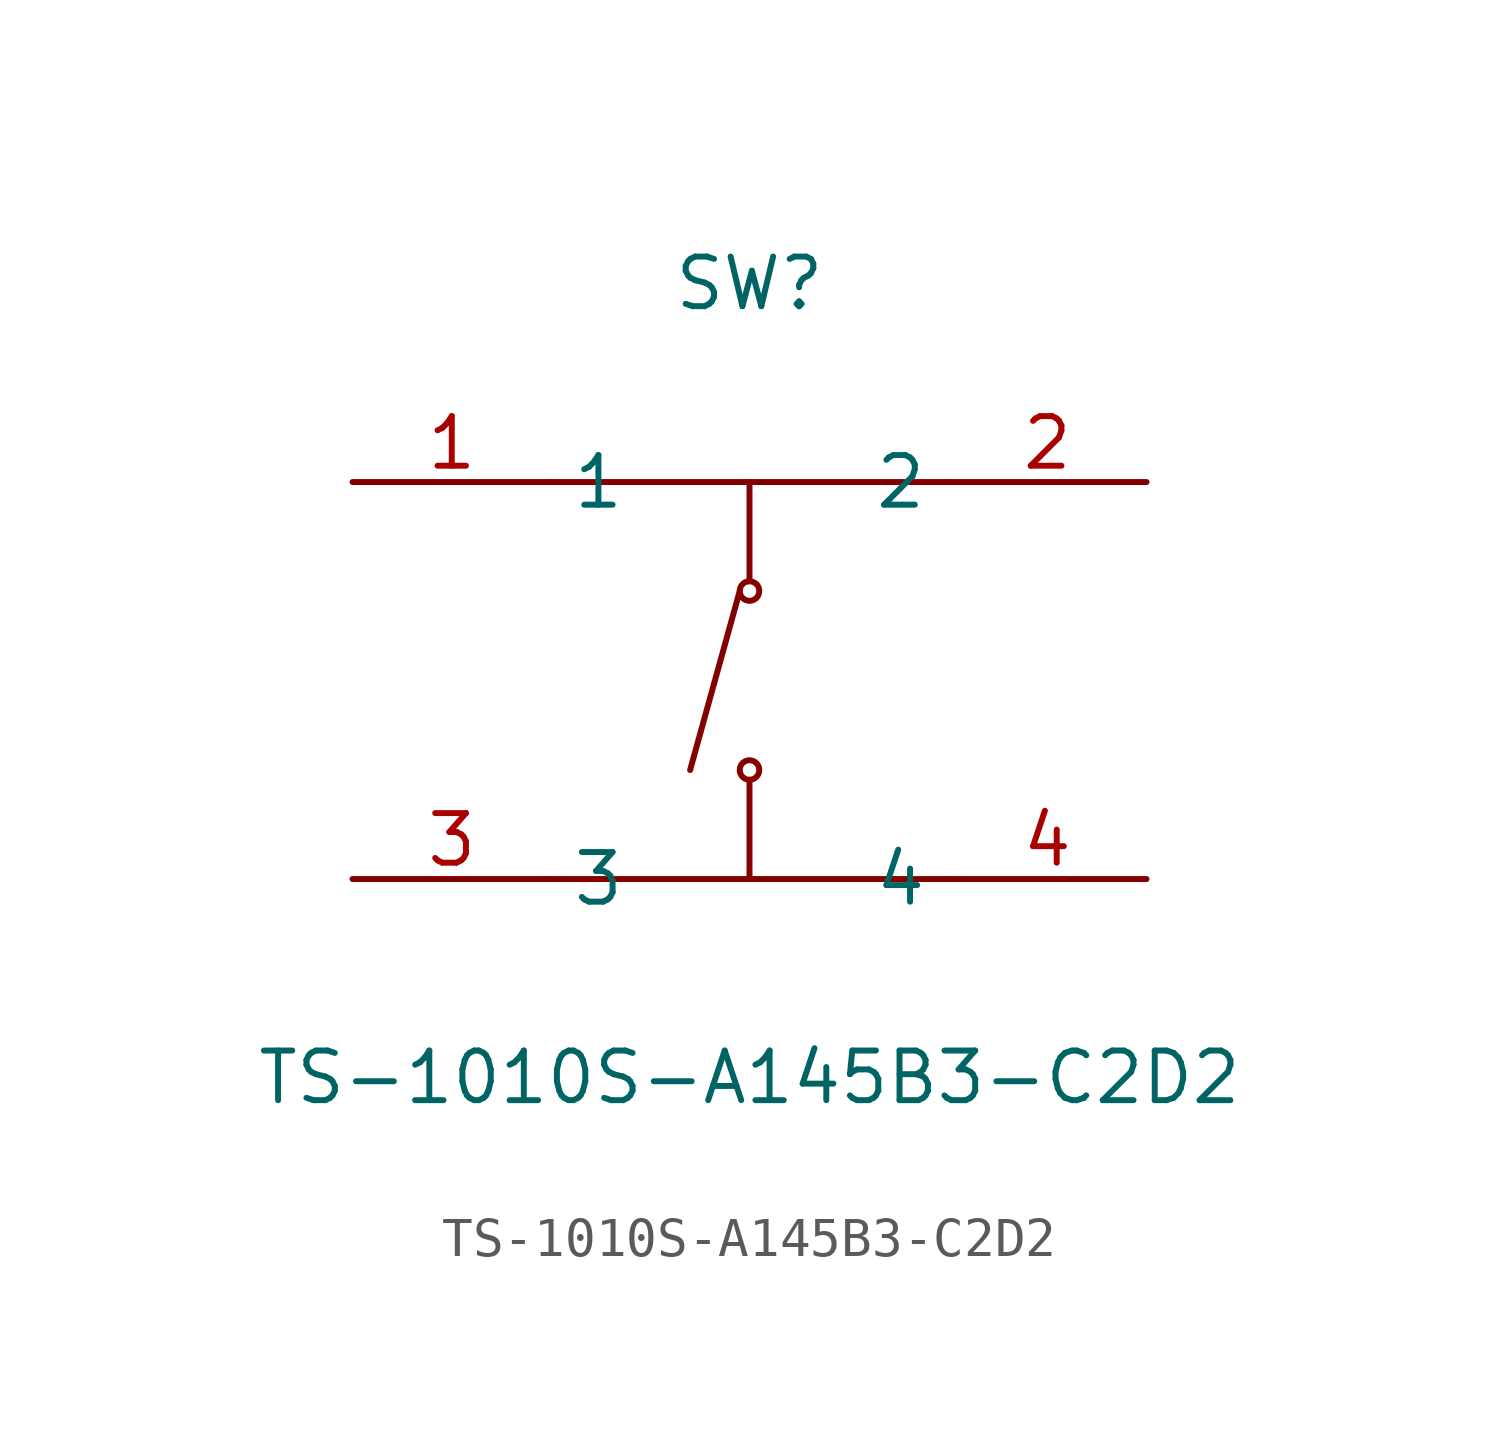
<source format=kicad_sym>
(kicad_symbol_lib
  (version 20231120)
  (generator "kicad_symbol_editor")
  (generator_version "8.0")
  (symbol "TS-1010S-A145B3-C2D2"
    (property "Reference" "SW"
      (at 0 10.16 0)
      (effects (font (size 1.27 1.27))))
    (property "Value" "TS-1010S-A145B3-C2D2"
      (at 0 -10.16 0)
      (effects (font (size 1.27 1.27))))
    (symbol "TS-1010S-A145B3-C2D2_0_1"
      (circle (center 0 -2.29) (radius 0.25) (stroke (width 0) (type default)) (fill (type none)))
      (polyline (pts (xy -5.08 -5.08) (xy 5.08 -5.08)) (stroke (width 0) (type default)) (fill (type none)))
      (polyline (pts (xy -5.08 5.08) (xy 5.08 5.08)) (stroke (width 0) (type default)) (fill (type none)))
      (polyline (pts (xy -0.25 2.29) (xy -1.52 -2.29)) (stroke (width 0) (type default)) (fill (type none)))
      (polyline (pts (xy 0 -5.08) (xy 0 -2.54)) (stroke (width 0) (type default)) (fill (type none)))
      (polyline (pts (xy 0 5.08) (xy 0 2.54)) (stroke (width 0) (type default)) (fill (type none)))
      (circle (center 0 2.29) (radius 0.25) (stroke (width 0) (type default)) (fill (type none)))
      (pin unspecified line (at -10.16 5.08 0) (length 5.08) (name "1" (effects (font (size 1.27 1.27)))) (number "1" (effects (font (size 1.27 1.27)))))
      (pin unspecified line (at 10.16 5.08 180) (length 5.08) (name "2" (effects (font (size 1.27 1.27)))) (number "2" (effects (font (size 1.27 1.27)))))
      (pin unspecified line (at -10.16 -5.08 0) (length 5.08) (name "3" (effects (font (size 1.27 1.27)))) (number "3" (effects (font (size 1.27 1.27)))))
      (pin unspecified line (at 10.16 -5.08 180) (length 5.08) (name "4" (effects (font (size 1.27 1.27)))) (number "4" (effects (font (size 1.27 1.27))))))))
</source>
